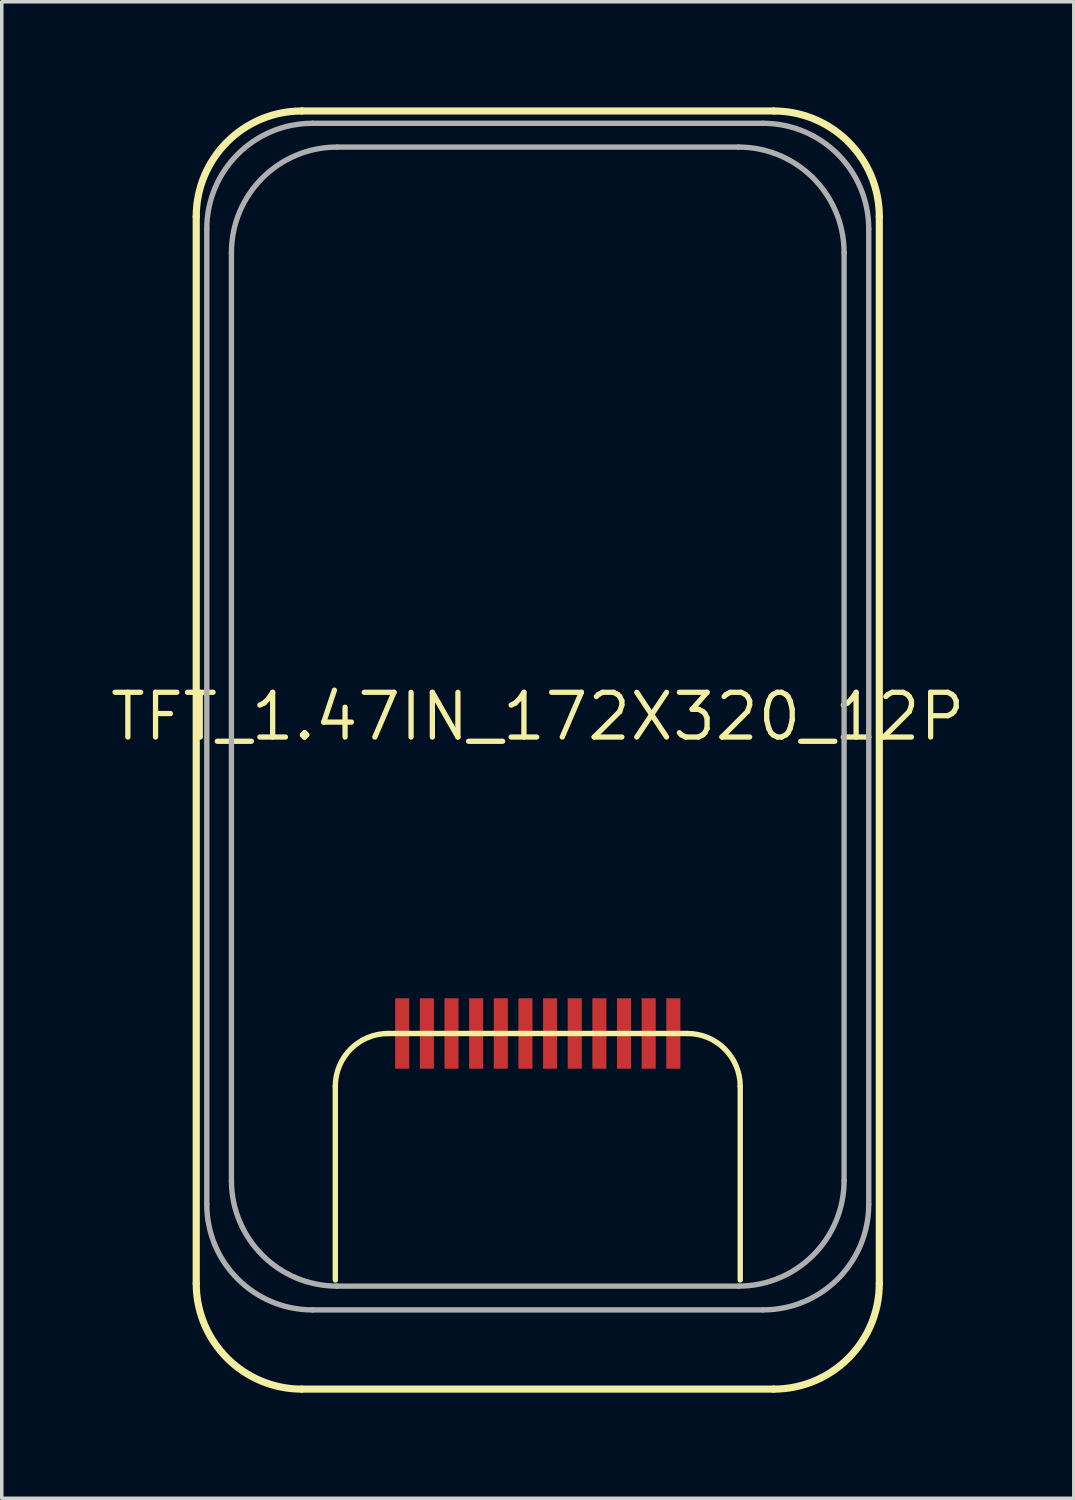
<source format=kicad_pcb>
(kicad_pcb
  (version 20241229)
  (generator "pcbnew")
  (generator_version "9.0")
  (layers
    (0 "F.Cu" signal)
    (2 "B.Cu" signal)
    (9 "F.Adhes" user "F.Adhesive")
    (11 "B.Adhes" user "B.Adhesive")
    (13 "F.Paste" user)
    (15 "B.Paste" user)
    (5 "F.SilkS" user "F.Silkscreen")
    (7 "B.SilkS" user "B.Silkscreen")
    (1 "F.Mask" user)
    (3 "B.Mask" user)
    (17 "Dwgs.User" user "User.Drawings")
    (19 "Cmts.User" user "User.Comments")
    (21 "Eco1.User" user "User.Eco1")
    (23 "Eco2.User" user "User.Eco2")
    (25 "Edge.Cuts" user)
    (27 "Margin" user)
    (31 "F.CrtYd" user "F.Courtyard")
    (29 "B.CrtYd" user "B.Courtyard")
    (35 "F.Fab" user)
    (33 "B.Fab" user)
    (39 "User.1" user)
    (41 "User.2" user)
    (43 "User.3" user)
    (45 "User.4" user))
  (footprint "TFT_1.47IN_172X320_12P"
    (layer "F.Cu")
    (at 12.223 17.302)
    (property "Reference" "TFT_1.47IN_172X320_12P" (at 0 0 0) (layer "F.SilkS") (effects (font (size 1.27 1.27) (thickness 0.15))))
    (fp_line (start -9.7 16.1) (end -9.7 -14.2) (stroke (width 0.203) (type solid)) (layer "F.SilkS"))
    (fp_line (start -6.7 -17.2) (end 6.7 -17.2) (stroke (width 0.203) (type solid)) (layer "F.SilkS"))
    (fp_line (start -5.75 10.5) (end -5.75 16) (stroke (width 0.152) (type solid)) (layer "F.SilkS"))
    (fp_line (start 4.25 9) (end -4.25 9) (stroke (width 0.152) (type solid)) (layer "F.SilkS"))
    (fp_line (start 5.75 16) (end 5.75 10.5) (stroke (width 0.152) (type solid)) (layer "F.SilkS"))
    (fp_line (start 6.7 19.1) (end -6.7 19.1) (stroke (width 0.203) (type solid)) (layer "F.SilkS"))
    (fp_line (start 9.7 -14.2) (end 9.7 16.1) (stroke (width 0.203) (type solid)) (layer "F.SilkS"))
    (fp_arc (start -9.7 -14.2) (mid -8.82132 -16.32132) (end -6.7 -17.2) (stroke (width 0.2032) (type solid)) (layer "F.SilkS"))
    (fp_arc (start -6.7 19.1) (mid -8.82132 18.22132) (end -9.7 16.1) (stroke (width 0.2032) (type solid)) (layer "F.SilkS"))
    (fp_arc (start -5.75 10.5) (mid -5.31066 9.43934) (end -4.25 9) (stroke (width 0.1524) (type solid)) (layer "F.SilkS"))
    (fp_arc (start 4.25 9) (mid 5.31066 9.43934) (end 5.75 10.5) (stroke (width 0.1524) (type solid)) (layer "F.SilkS"))
    (fp_arc (start 6.7 -17.2) (mid 8.82132 -16.32132) (end 9.7 -14.2) (stroke (width 0.2032) (type solid)) (layer "F.SilkS"))
    (fp_arc (start 9.7 16.1) (mid 8.82132 18.22132) (end 6.7 19.1) (stroke (width 0.2032) (type solid)) (layer "F.SilkS"))
    (fp_line (start -9.4 -13.85) (end -9.4 13.85) (stroke (width 0.152) (type solid)) (layer "F.Fab"))
    (fp_line (start -8.7 13.175) (end -8.7 -13.175) (stroke (width 0.152) (type solid)) (layer "F.Fab"))
    (fp_line (start -6.4 16.85) (end 6.4 16.85) (stroke (width 0.152) (type solid)) (layer "F.Fab"))
    (fp_line (start -5.7 -16.175) (end 5.7 -16.175) (stroke (width 0.152) (type solid)) (layer "F.Fab"))
    (fp_line (start 5.7 16.175) (end -5.7 16.175) (stroke (width 0.152) (type solid)) (layer "F.Fab"))
    (fp_line (start 6.4 -16.85) (end -6.4 -16.85) (stroke (width 0.152) (type solid)) (layer "F.Fab"))
    (fp_line (start 8.7 -13.175) (end 8.7 13.175) (stroke (width 0.152) (type solid)) (layer "F.Fab"))
    (fp_line (start 9.4 13.85) (end 9.4 -13.85) (stroke (width 0.152) (type solid)) (layer "F.Fab"))
    (fp_arc (start -9.4 -13.85) (mid -8.52132 -15.97132) (end -6.4 -16.85) (stroke (width 0.1524) (type solid)) (layer "F.Fab"))
    (fp_arc (start -8.7 -13.175) (mid -7.82132 -15.29632) (end -5.7 -16.175) (stroke (width 0.1524) (type solid)) (layer "F.Fab"))
    (fp_arc (start -6.4 16.85) (mid -8.52132 15.97132) (end -9.4 13.85) (stroke (width 0.1524) (type solid)) (layer "F.Fab"))
    (fp_arc (start -5.7 16.175) (mid -7.82132 15.29632) (end -8.7 13.175) (stroke (width 0.1524) (type solid)) (layer "F.Fab"))
    (fp_arc (start 5.7 -16.175) (mid 7.82132 -15.29632) (end 8.7 -13.175) (stroke (width 0.1524) (type solid)) (layer "F.Fab"))
    (fp_arc (start 6.4 -16.85) (mid 8.52132 -15.97132) (end 9.4 -13.85) (stroke (width 0.1524) (type solid)) (layer "F.Fab"))
    (fp_arc (start 8.7 13.175) (mid 7.82132 15.29632) (end 5.7 16.175) (stroke (width 0.1524) (type solid)) (layer "F.Fab"))
    (fp_arc (start 9.4 13.85) (mid 8.52132 15.97132) (end 6.4 16.85) (stroke (width 0.1524) (type solid)) (layer "F.Fab"))
    (pad "1" smd rect (at 3.85 9 90) (size 2 0.4) (layers "F.Cu" "F.Mask"))
    (pad "2" smd rect (at 3.15 9 90) (size 2 0.4) (layers "F.Cu" "F.Mask"))
    (pad "3" smd rect (at 2.45 9 90) (size 2 0.4) (layers "F.Cu" "F.Mask"))
    (pad "4" smd rect (at 1.75 9 90) (size 2 0.4) (layers "F.Cu" "F.Mask"))
    (pad "5" smd rect (at 1.05 9 90) (size 2 0.4) (layers "F.Cu" "F.Mask"))
    (pad "6" smd rect (at 0.35 9 90) (size 2 0.4) (layers "F.Cu" "F.Mask"))
    (pad "7" smd rect (at -0.35 9 90) (size 2 0.4) (layers "F.Cu" "F.Mask"))
    (pad "8" smd rect (at -1.05 9 90) (size 2 0.4) (layers "F.Cu" "F.Mask"))
    (pad "9" smd rect (at -1.75 9 90) (size 2 0.4) (layers "F.Cu" "F.Mask"))
    (pad "10" smd rect (at -2.45 9 90) (size 2 0.4) (layers "F.Cu" "F.Mask"))
    (pad "11" smd rect (at -3.15 9 90) (size 2 0.4) (layers "F.Cu" "F.Mask"))
    (pad "12" smd rect (at -3.85 9 90) (size 2 0.4) (layers "F.Cu" "F.Mask")))
  (gr_rect
    (start -3 -3)
    (end 27.447 39.503)
    (stroke (width 0.1) (type default))
    (fill no)
    (layer "Edge.Cuts")))
</source>
